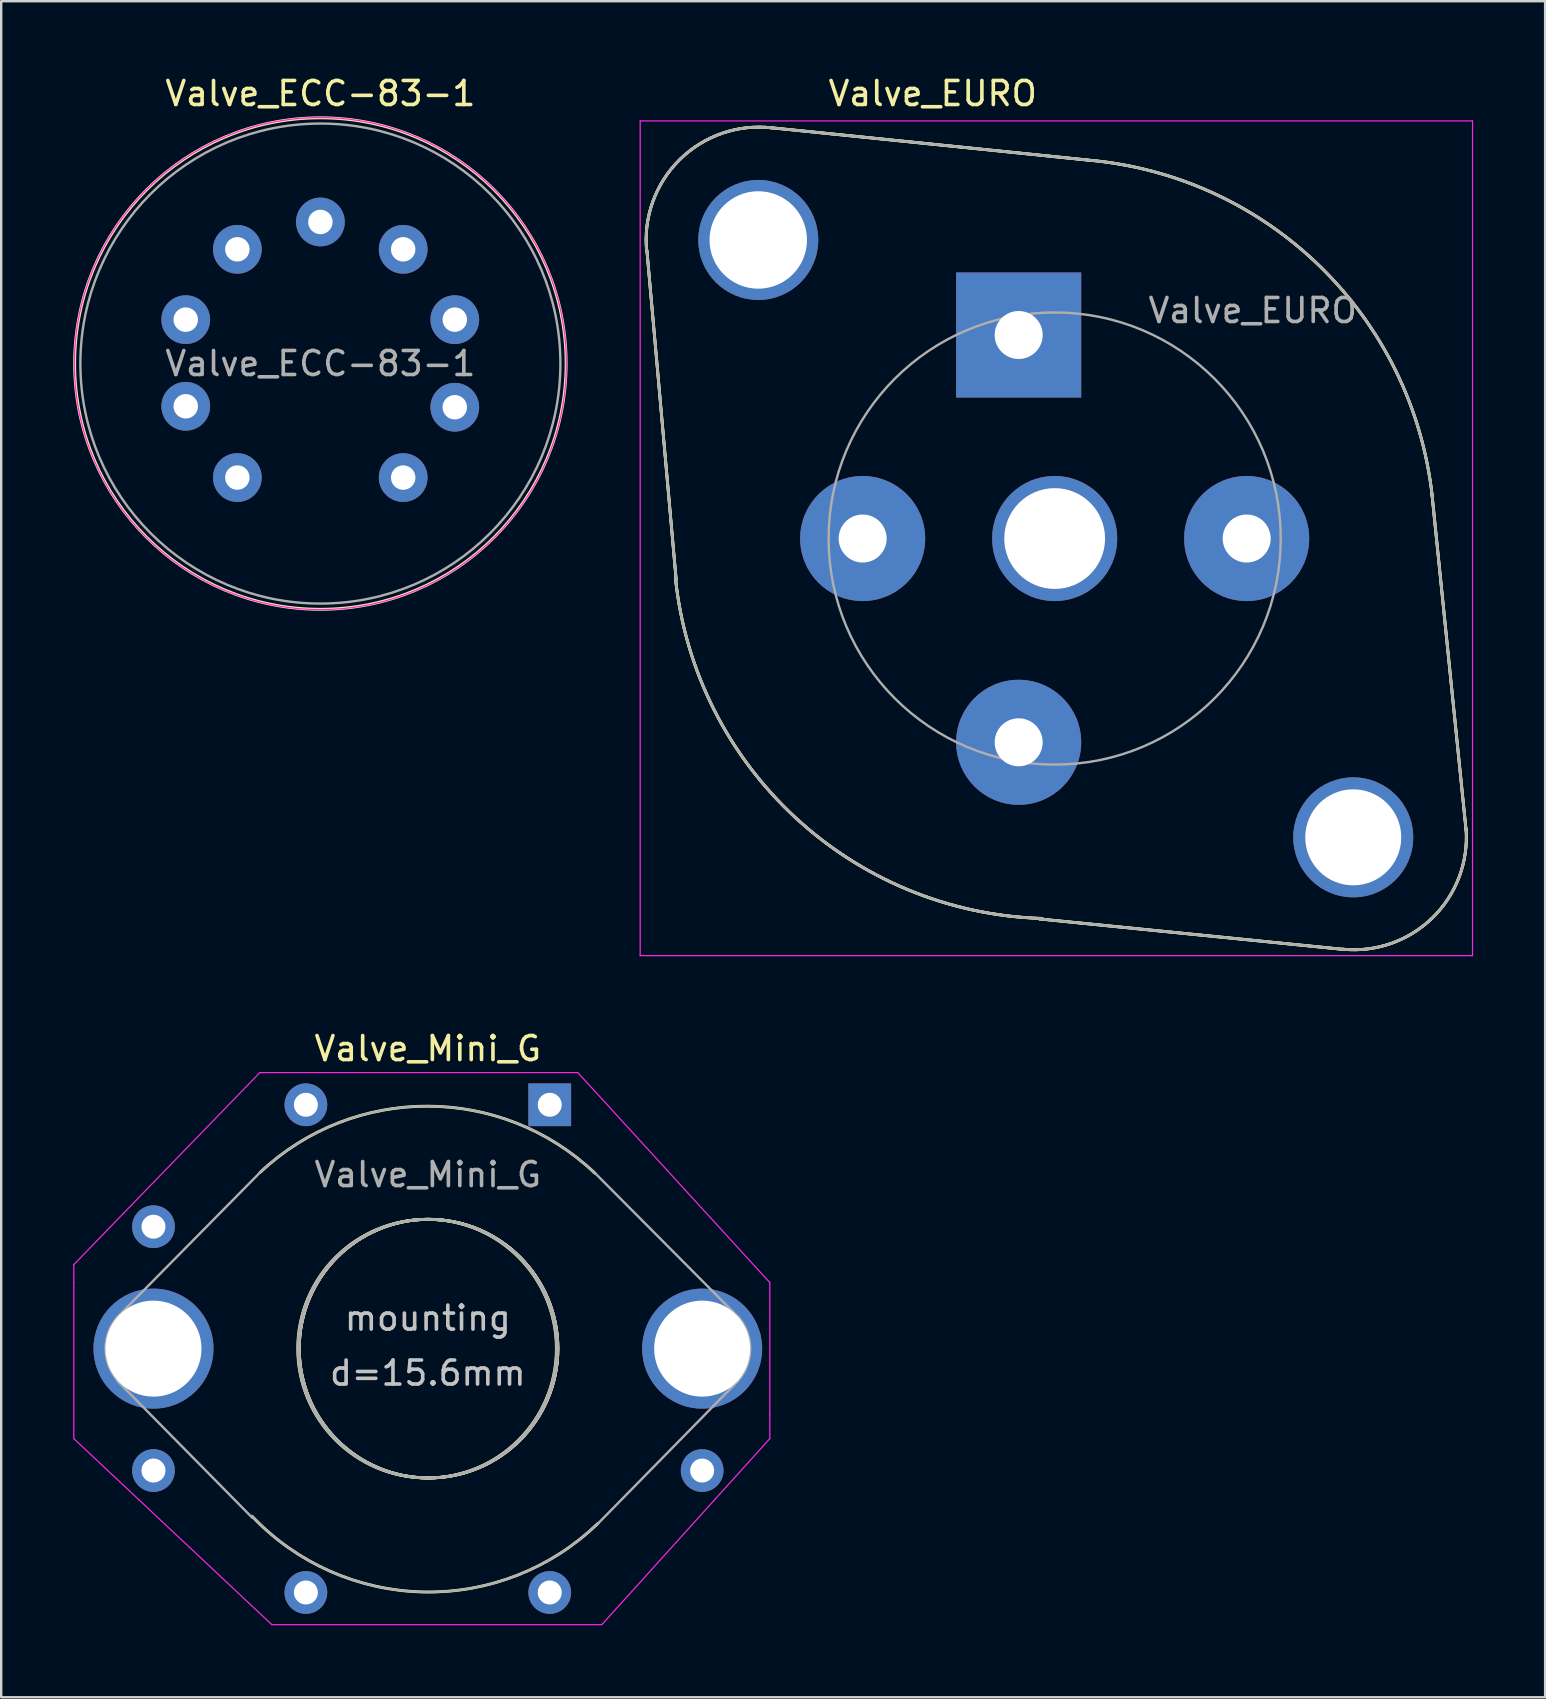
<source format=kicad_pcb>
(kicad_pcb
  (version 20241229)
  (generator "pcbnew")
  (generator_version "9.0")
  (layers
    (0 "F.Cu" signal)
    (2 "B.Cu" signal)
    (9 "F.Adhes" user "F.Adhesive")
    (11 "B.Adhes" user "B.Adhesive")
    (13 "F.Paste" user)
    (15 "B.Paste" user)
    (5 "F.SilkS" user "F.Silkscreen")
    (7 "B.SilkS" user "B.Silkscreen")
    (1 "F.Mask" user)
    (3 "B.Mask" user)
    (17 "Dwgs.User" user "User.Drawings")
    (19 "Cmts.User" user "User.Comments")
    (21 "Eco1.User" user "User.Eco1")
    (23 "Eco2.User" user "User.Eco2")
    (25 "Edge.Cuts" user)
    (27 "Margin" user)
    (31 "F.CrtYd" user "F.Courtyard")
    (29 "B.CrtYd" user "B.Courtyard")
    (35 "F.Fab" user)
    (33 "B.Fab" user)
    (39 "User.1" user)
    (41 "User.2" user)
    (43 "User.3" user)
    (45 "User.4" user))
  (footprint "Valve_EURO"
    (layer "F.Cu")
    (at 39.393 10.908)
    (property "Reference" "Valve_EURO" (at -3.58 -10.06 0) (layer "F.SilkS") (effects (font (size 1 1) (thickness 0.15))))
    (attr through_hole)
    (fp_line (start -14.27 10.21) (end -15.49 -3.53) (stroke (width 0.12) (type solid)) (layer "F.SilkS"))
    (fp_line (start -14.27 10.21) (end -15.49 -3.53) (stroke (width 0.12) (type solid)) (layer "F.SilkS"))
    (fp_line (start -10.36 -8.64) (end 2.87 -7.29) (stroke (width 0.12) (type solid)) (layer "F.SilkS"))
    (fp_line (start -10.36 -8.64) (end 2.87 -7.29) (stroke (width 0.12) (type solid)) (layer "F.SilkS"))
    (fp_line (start 13.54 25.6) (end 0.86 24.33) (stroke (width 0.12) (type solid)) (layer "F.SilkS"))
    (fp_line (start 13.54 25.6) (end 0.86 24.33) (stroke (width 0.12) (type solid)) (layer "F.SilkS"))
    (fp_line (start 18.64 20.62) (end 17.22 6.63) (stroke (width 0.12) (type solid)) (layer "F.SilkS"))
    (fp_line (start 18.64 20.62) (end 17.22 6.63) (stroke (width 0.12) (type solid)) (layer "F.SilkS"))
    (fp_arc (start -15.5 -3.5) (mid -14.119784 -7.310437) (end -10.288765 -8.63245) (stroke (width 0.12) (type solid)) (layer "F.SilkS"))
    (fp_arc (start -15.5 -3.5) (mid -14.119784 -7.310437) (end -10.288765 -8.63245) (stroke (width 0.12) (type solid)) (layer "F.SilkS"))
    (fp_arc (start 0.98 24.31) (mid -9.330689 20.081144) (end -14.303103 10.107747) (stroke (width 0.12) (type solid)) (layer "F.SilkS"))
    (fp_arc (start 0.98 24.31) (mid -9.330689 20.081144) (end -14.303103 10.107747) (stroke (width 0.12) (type solid)) (layer "F.SilkS"))
    (fp_arc (start 2.87 -7.29) (mid 12.560196 -2.853668) (end 17.23226 6.725098) (stroke (width 0.12) (type solid)) (layer "F.SilkS"))
    (fp_arc (start 2.87 -7.29) (mid 12.560196 -2.853668) (end 17.23226 6.725098) (stroke (width 0.12) (type solid)) (layer "F.SilkS"))
    (fp_arc (start 18.64 20.57) (mid 17.241749 24.281739) (end 13.497325 25.589944) (stroke (width 0.12) (type solid)) (layer "F.SilkS"))
    (fp_arc (start 18.64 20.57) (mid 17.241749 24.281739) (end 13.497325 25.589944) (stroke (width 0.12) (type solid)) (layer "F.SilkS"))
    (fp_line (start -15.77 -8.92) (end -15.77 25.86) (stroke (width 0.05) (type solid)) (layer "F.CrtYd"))
    (fp_line (start -15.77 -8.92) (end 18.91 -8.92) (stroke (width 0.05) (type solid)) (layer "F.CrtYd"))
    (fp_line (start 18.91 25.86) (end -15.77 25.86) (stroke (width 0.05) (type solid)) (layer "F.CrtYd"))
    (fp_line (start 18.91 25.86) (end 18.91 -8.92) (stroke (width 0.05) (type solid)) (layer "F.CrtYd"))
    (fp_line (start -14.27 10.21) (end -15.49 -3.53) (stroke (width 0.1) (type solid)) (layer "F.Fab"))
    (fp_line (start -14.27 10.21) (end -15.49 -3.53) (stroke (width 0.1) (type solid)) (layer "F.Fab"))
    (fp_line (start -10.36 -8.64) (end 2.87 -7.29) (stroke (width 0.1) (type solid)) (layer "F.Fab"))
    (fp_line (start -10.36 -8.64) (end 2.87 -7.29) (stroke (width 0.1) (type solid)) (layer "F.Fab"))
    (fp_line (start 13.54 25.6) (end 0.86 24.33) (stroke (width 0.1) (type solid)) (layer "F.Fab"))
    (fp_line (start 13.54 25.6) (end 0.86 24.33) (stroke (width 0.1) (type solid)) (layer "F.Fab"))
    (fp_line (start 18.64 20.62) (end 17.22 6.63) (stroke (width 0.1) (type solid)) (layer "F.Fab"))
    (fp_line (start 18.64 20.62) (end 17.22 6.63) (stroke (width 0.1) (type solid)) (layer "F.Fab"))
    (fp_arc (start -15.5 -3.5) (mid -14.119784 -7.310437) (end -10.288765 -8.63245) (stroke (width 0.1) (type solid)) (layer "F.Fab"))
    (fp_arc (start -15.5 -3.5) (mid -14.119784 -7.310437) (end -10.288765 -8.63245) (stroke (width 0.1) (type solid)) (layer "F.Fab"))
    (fp_arc (start 0.98 24.31) (mid -9.330689 20.081144) (end -14.303103 10.107747) (stroke (width 0.1) (type solid)) (layer "F.Fab"))
    (fp_arc (start 0.98 24.31) (mid -9.330689 20.081144) (end -14.303103 10.107747) (stroke (width 0.1) (type solid)) (layer "F.Fab"))
    (fp_arc (start 2.87 -7.29) (mid 12.560196 -2.853668) (end 17.23226 6.725098) (stroke (width 0.1) (type solid)) (layer "F.Fab"))
    (fp_arc (start 2.87 -7.29) (mid 12.560196 -2.853668) (end 17.23226 6.725098) (stroke (width 0.1) (type solid)) (layer "F.Fab"))
    (fp_arc (start 18.64 20.57) (mid 17.241749 24.281739) (end 13.497325 25.589944) (stroke (width 0.1) (type solid)) (layer "F.Fab"))
    (fp_arc (start 18.64 20.57) (mid 17.241749 24.281739) (end 13.497325 25.589944) (stroke (width 0.1) (type solid)) (layer "F.Fab"))
    (fp_circle (center 1.5 8.48) (end -5.16 15.14) (stroke (width 0.1) (type solid)) (fill no) (layer "F.Fab"))
    (fp_text user "${REFERENCE}" (at 9.75 -1.02 0) (layer "F.Fab") (effects (font (size 1 1) (thickness 0.15))))
    (pad "" thru_hole circle (at -10.85 -3.96) (size 5 5) (drill 4.06) (layers "*.Cu" "*.Mask"))
    (pad "" thru_hole circle (at 13.94 20.93) (size 5 5) (drill 4) (layers "*.Cu" "*.Mask"))
    (pad "1" thru_hole rect (at 0 0) (size 5.21 5.21) (drill 2) (layers "*.Cu" "*.Mask"))
    (pad "2" thru_hole circle (at 9.5 8.48) (size 5.21 5.21) (drill 2) (layers "*.Cu" "*.Mask"))
    (pad "3" thru_hole circle (at 0 16.97) (size 5.21 5.21) (drill 2) (layers "*.Cu" "*.Mask"))
    (pad "4" thru_hole circle (at -6.5 8.48) (size 5.21 5.21) (drill 2) (layers "*.Cu" "*.Mask"))
    (pad "5" thru_hole circle (at 1.5 8.48) (size 5.21 5.21) (drill 4.2) (layers "*.Cu" "*.Mask")))
  (footprint "Valve_Mini_G"
    (layer "F.Cu")
    (at 19.855 42.981)
    (property "Reference" "Valve_Mini_G" (at -5.08 -2.34 0) (layer "F.SilkS") (effects (font (size 1 1) (thickness 0.15))))
    (attr through_hole)
    (fp_arc (start -12.07 2.82) (mid -5.089383 0.058484) (end 1.87996 2.848331) (stroke (width 0.12) (type solid)) (layer "F.SilkS"))
    (fp_arc (start 2.01 17.44) (mid -5.258654 20.298958) (end -12.403532 17.143378) (stroke (width 0.12) (type solid)) (layer "F.SilkS"))
    (fp_circle (center -5.11 10.16) (end -8.92 13.97) (stroke (width 0.12) (type solid)) (fill no) (layer "F.SilkS"))
    (fp_circle (center -5.05 10.16) (end -1.24 13.97) (stroke (width 0.12) (type solid)) (fill no) (layer "F.SilkS"))
    (fp_circle (center -5.05 10.16) (end -1.24 13.97) (stroke (width 0.12) (type solid)) (fill no) (layer "F.SilkS"))
    (fp_circle (center -5.05 10.16) (end -1.24 13.97) (stroke (width 0.12) (type solid)) (fill no) (layer "F.SilkS"))
    (fp_line (start -19.83 6.66) (end -12.08 -1.34) (stroke (width 0.05) (type solid)) (layer "F.CrtYd"))
    (fp_line (start -19.83 7.41) (end -19.83 6.66) (stroke (width 0.05) (type solid)) (layer "F.CrtYd"))
    (fp_line (start -19.83 13.91) (end -19.83 7.41) (stroke (width 0.05) (type solid)) (layer "F.CrtYd"))
    (fp_line (start -12.08 -1.34) (end -11.33 -1.34) (stroke (width 0.05) (type solid)) (layer "F.CrtYd"))
    (fp_line (start -11.58 21.66) (end -19.83 13.91) (stroke (width 0.05) (type solid)) (layer "F.CrtYd"))
    (fp_line (start -11.33 -1.34) (end 1.17 -1.34) (stroke (width 0.05) (type solid)) (layer "F.CrtYd"))
    (fp_line (start 1.17 -1.34) (end 9.17 7.41) (stroke (width 0.05) (type solid)) (layer "F.CrtYd"))
    (fp_line (start 2.17 21.66) (end -11.58 21.66) (stroke (width 0.05) (type solid)) (layer "F.CrtYd"))
    (fp_line (start 9.17 7.41) (end 9.17 12.91) (stroke (width 0.05) (type solid)) (layer "F.CrtYd"))
    (fp_line (start 9.17 12.91) (end 9.17 13.91) (stroke (width 0.05) (type solid)) (layer "F.CrtYd"))
    (fp_line (start 9.17 13.91) (end 2.17 21.66) (stroke (width 0.05) (type solid)) (layer "F.CrtYd"))
    (fp_line (start -18.01 8.84) (end -12.07 2.82) (stroke (width 0.1) (type solid)) (layer "F.Fab"))
    (fp_line (start -18.01 11.51) (end -12.4 17.2) (stroke (width 0.1) (type solid)) (layer "F.Fab"))
    (fp_line (start 1.91 2.87) (end 7.9 8.89) (stroke (width 0.1) (type solid)) (layer "F.Fab"))
    (fp_line (start 7.82 11.53) (end 1.91 17.55) (stroke (width 0.1) (type solid)) (layer "F.Fab"))
    (fp_arc (start -17.98 11.51) (mid -18.505731 10.181365) (end -18.008564 8.84178) (stroke (width 0.1) (type solid)) (layer "F.Fab"))
    (fp_arc (start -12.07 2.82) (mid -5.089383 0.058484) (end 1.87996 2.848331) (stroke (width 0.1) (type solid)) (layer "F.Fab"))
    (fp_arc (start 2.01 17.44) (mid -5.258654 20.298958) (end -12.403532 17.143378) (stroke (width 0.1) (type solid)) (layer "F.Fab"))
    (fp_arc (start 7.9 8.89) (mid 8.351984 10.246371) (end 7.784862 11.558775) (stroke (width 0.1) (type solid)) (layer "F.Fab"))
    (fp_circle (center -5.11 10.16) (end -8.92 13.97) (stroke (width 0.1) (type solid)) (fill no) (layer "F.Fab"))
    (fp_circle (center -5.05 10.16) (end -1.24 13.97) (stroke (width 0.1) (type solid)) (fill no) (layer "F.Fab"))
    (fp_circle (center -5.05 10.16) (end -1.24 13.97) (stroke (width 0.1) (type solid)) (fill no) (layer "F.Fab"))
    (fp_circle (center -5.05 10.16) (end -1.24 13.97) (stroke (width 0.1) (type solid)) (fill no) (layer "F.Fab"))
    (fp_text user "d=15.6mm" (at -5.08 11.18 0) (layer "Dwgs.User") (effects (font (size 1 1) (thickness 0.15))))
    (fp_text user "mounting" (at -5.08 8.89 0) (layer "Dwgs.User") (effects (font (size 1 1) (thickness 0.15))))
    (fp_text user "${REFERENCE}" (at -5.08 2.91 0) (layer "F.Fab") (effects (font (size 1 1) (thickness 0.15))))
    (pad "" thru_hole circle (at -16.51 10.16) (size 5 5) (drill 4) (layers "*.Cu" "*.Mask"))
    (pad "" thru_hole circle (at 6.35 10.16) (size 5 5) (drill 4) (layers "*.Cu" "*.Mask"))
    (pad "1" thru_hole rect (at 0 0) (size 1.78 1.78) (drill 1) (layers "*.Cu" "*.Mask"))
    (pad "2" thru_hole circle (at -10.16 0) (size 1.78 1.78) (drill 1) (layers "*.Cu" "*.Mask"))
    (pad "3" thru_hole circle (at -16.51 5.08) (size 1.78 1.78) (drill 1) (layers "*.Cu" "*.Mask"))
    (pad "4" thru_hole circle (at -16.51 15.24) (size 1.78 1.78) (drill 1) (layers "*.Cu" "*.Mask"))
    (pad "5" thru_hole circle (at -10.16 20.32) (size 1.78 1.78) (drill 1) (layers "*.Cu" "*.Mask"))
    (pad "6" thru_hole circle (at 0 20.32) (size 1.78 1.78) (drill 1) (layers "*.Cu" "*.Mask"))
    (pad "7" thru_hole circle (at 6.35 15.24) (size 1.78 1.78) (drill 1) (layers "*.Cu" "*.Mask")))
  (footprint "Valve_ECC-83-1"
    (layer "F.Cu")
    (at 13.749 16.848)
    (property "Reference" "Valve_ECC-83-1" (at -3.45 -16 0) (layer "F.SilkS") (effects (font (size 1 1) (thickness 0.15))))
    (attr through_hole)
    (fp_circle (center -3.45 -4.75) (end 6.71 -3.48) (stroke (width 0.12) (type solid)) (fill no) (layer "F.SilkS"))
    (fp_circle (center -3.45 -4.75) (end -3.45 -15) (stroke (width 0.05) (type solid)) (fill no) (layer "F.CrtYd"))
    (fp_circle (center -3.45 -4.75) (end -3.45 -14.75) (stroke (width 0.1) (type solid)) (fill no) (layer "F.Fab"))
    (fp_text user "${REFERENCE}" (at -3.45 -4.75 0) (layer "F.Fab") (effects (font (size 1 1) (thickness 0.15))))
    (pad "1" thru_hole circle (at 0 0) (size 2.03 2.03) (drill 1.02) (layers "*.Cu" "*.Mask"))
    (pad "2" thru_hole circle (at 2.15 -2.93) (size 2.03 2.03) (drill 1.02) (layers "*.Cu" "*.Mask"))
    (pad "3" thru_hole circle (at 2.15 -6.58) (size 2.03 2.03) (drill 1.02) (layers "*.Cu" "*.Mask"))
    (pad "4" thru_hole circle (at 0 -9.51) (size 2.03 2.03) (drill 1.02) (layers "*.Cu" "*.Mask"))
    (pad "5" thru_hole circle (at -3.45 -10.65) (size 2.03 2.03) (drill 1.02) (layers "*.Cu" "*.Mask"))
    (pad "6" thru_hole circle (at -6.91 -9.51) (size 2.03 2.03) (drill 1.02) (layers "*.Cu" "*.Mask"))
    (pad "7" thru_hole circle (at -9.06 -6.58) (size 2.03 2.03) (drill 1.02) (layers "*.Cu" "*.Mask"))
    (pad "8" thru_hole circle (at -9.06 -2.97) (size 2.03 2.03) (drill 1.02) (layers "*.Cu" "*.Mask"))
    (pad "9" thru_hole circle (at -6.91 0) (size 2.03 2.03) (drill 1.02) (layers "*.Cu" "*.Mask")))
  (gr_rect
    (start -3 -3)
    (end 61.328 67.666)
    (stroke (width 0.1) (type default))
    (fill no)
    (layer "Edge.Cuts")))
</source>
